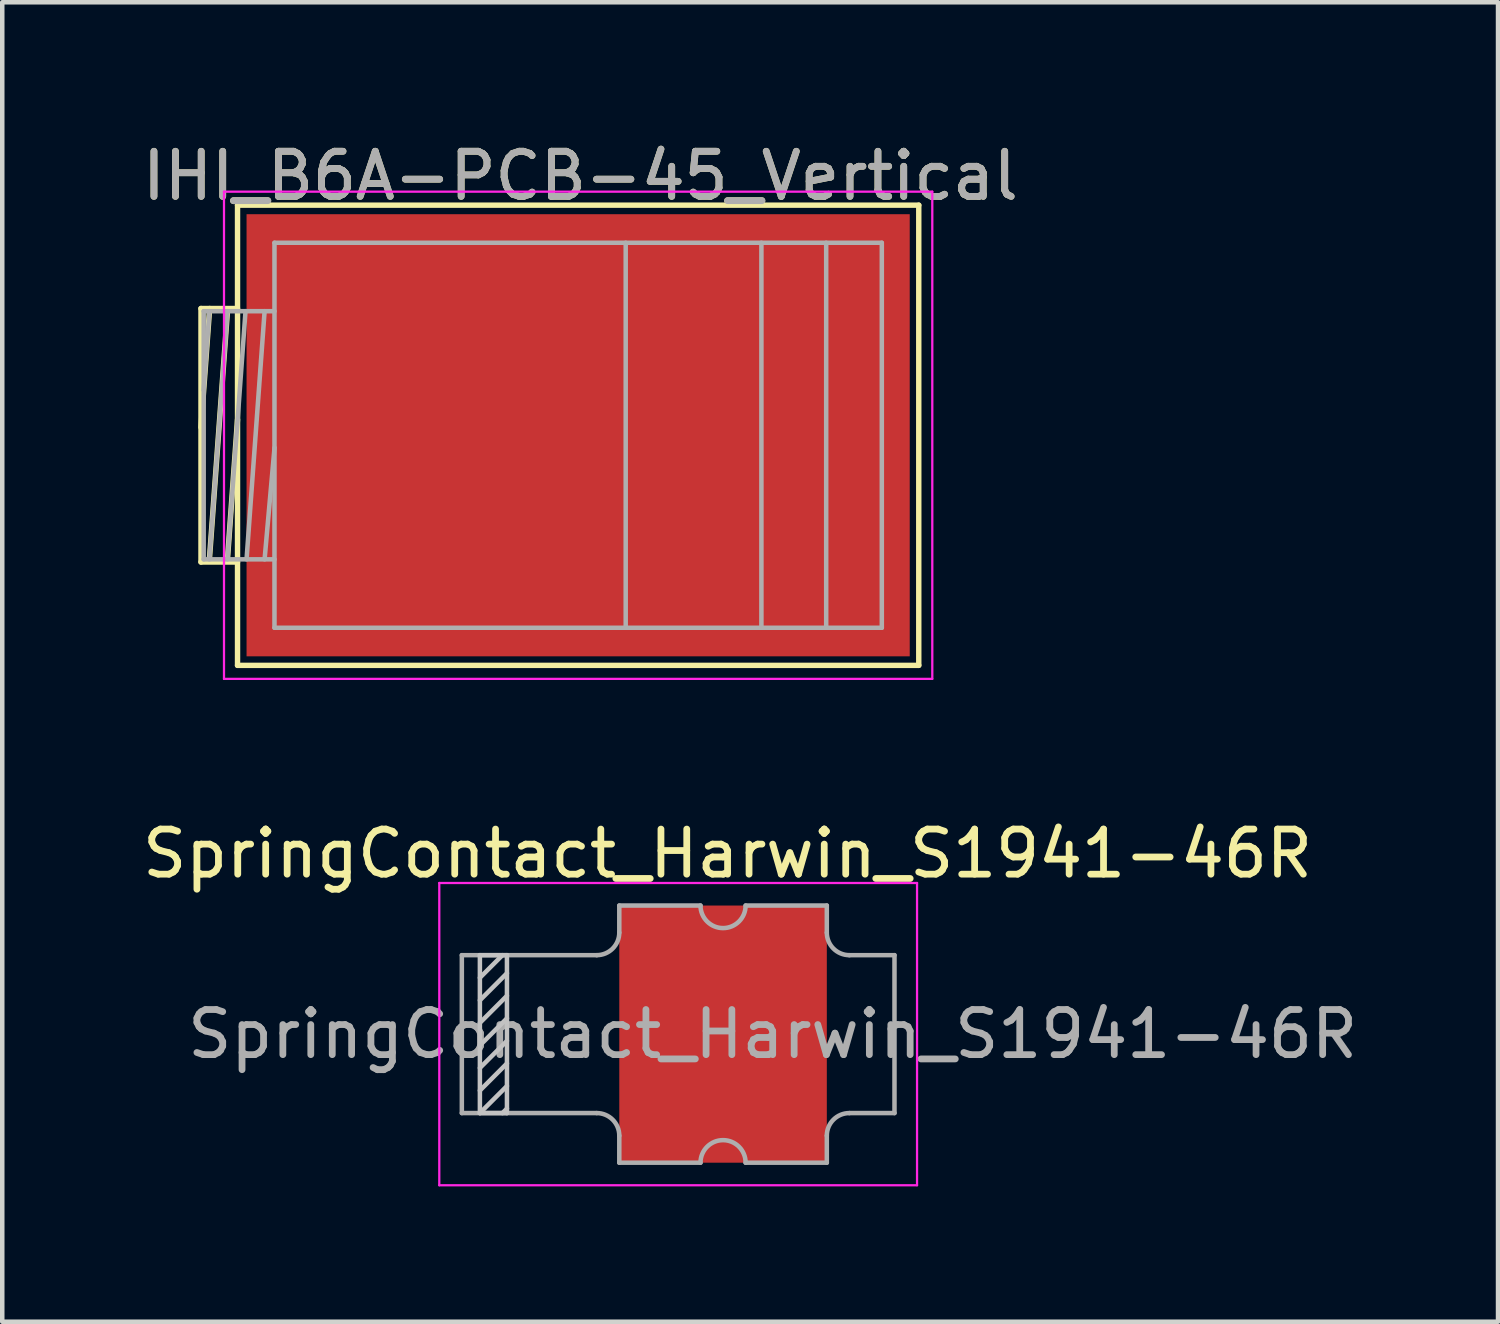
<source format=kicad_pcb>
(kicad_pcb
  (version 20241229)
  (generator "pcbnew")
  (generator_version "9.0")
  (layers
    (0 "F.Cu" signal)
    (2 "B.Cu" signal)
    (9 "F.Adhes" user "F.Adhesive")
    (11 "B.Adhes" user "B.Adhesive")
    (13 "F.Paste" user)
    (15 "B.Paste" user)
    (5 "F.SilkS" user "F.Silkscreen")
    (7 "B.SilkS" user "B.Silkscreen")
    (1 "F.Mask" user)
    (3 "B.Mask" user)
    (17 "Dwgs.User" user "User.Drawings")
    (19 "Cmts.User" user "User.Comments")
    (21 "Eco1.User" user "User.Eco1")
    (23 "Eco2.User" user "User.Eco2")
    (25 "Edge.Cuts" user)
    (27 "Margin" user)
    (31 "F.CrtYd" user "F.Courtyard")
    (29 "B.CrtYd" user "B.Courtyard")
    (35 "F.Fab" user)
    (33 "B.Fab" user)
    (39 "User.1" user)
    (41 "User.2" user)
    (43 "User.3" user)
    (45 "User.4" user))
  (footprint "IHI_B6A-PCB-45_Vertical"
    (layer "F.Cu")
    (at 9.765 6.598)
    (property "Reference" "IHI_B6A-PCB-45_Vertical" (at 0.05 -5.75 0) (layer "F.SilkS") (effects (font (size 1 1) (thickness 0.15))))
    (attr smd)
    (fp_line (start -8.36 -2.81) (end -7.55 -2.81) (stroke (width 0.12) (type solid)) (layer "F.SilkS"))
    (fp_line (start -8.36 -0.175) (end -8.168 -2.81) (stroke (width 0.12) (type solid)) (layer "F.SilkS"))
    (fp_line (start -8.36 2.81) (end -8.36 -2.81) (stroke (width 0.12) (type solid)) (layer "F.SilkS"))
    (fp_line (start -7.773 -2.75) (end -8.173 2.75) (stroke (width 0.12) (type solid)) (layer "F.SilkS"))
    (fp_line (start -7.773 2.75) (end -7.55 -0.35) (stroke (width 0.12) (type solid)) (layer "F.SilkS"))
    (fp_line (start -7.55 -5.1) (end 7.55 -5.1) (stroke (width 0.12) (type solid)) (layer "F.SilkS"))
    (fp_line (start -7.55 2.81) (end -8.36 2.81) (stroke (width 0.12) (type solid)) (layer "F.SilkS"))
    (fp_line (start -7.55 5.1) (end -7.55 -5.1) (stroke (width 0.12) (type solid)) (layer "F.SilkS"))
    (fp_line (start 7.55 -5.1) (end 7.55 5.1) (stroke (width 0.12) (type solid)) (layer "F.SilkS"))
    (fp_line (start 7.55 5.1) (end -7.55 5.1) (stroke (width 0.12) (type solid)) (layer "F.SilkS"))
    (fp_line (start -7.85 -5.4) (end 7.85 -5.4) (stroke (width 0.05) (type solid)) (layer "F.CrtYd"))
    (fp_line (start -7.85 5.4) (end -7.85 -5.4) (stroke (width 0.05) (type solid)) (layer "F.CrtYd"))
    (fp_line (start 7.85 -5.4) (end 7.85 5.4) (stroke (width 0.05) (type solid)) (layer "F.CrtYd"))
    (fp_line (start 7.85 5.4) (end -7.85 5.4) (stroke (width 0.05) (type solid)) (layer "F.CrtYd"))
    (fp_line (start -8.3 -2.75) (end -6.731 -2.75) (stroke (width 0.1) (type solid)) (layer "F.Fab"))
    (fp_line (start -8.3 -1) (end -8.173 -2.75) (stroke (width 0.1) (type solid)) (layer "F.Fab"))
    (fp_line (start -8.3 2.75) (end -8.3 -2.75) (stroke (width 0.1) (type solid)) (layer "F.Fab"))
    (fp_line (start -7.773 -2.75) (end -8.173 2.75) (stroke (width 0.1) (type solid)) (layer "F.Fab"))
    (fp_line (start -7.773 2.75) (end -7.373 -2.75) (stroke (width 0.1) (type solid)) (layer "F.Fab"))
    (fp_line (start -7.35 2.75) (end -6.95 -2.75) (stroke (width 0.1) (type solid)) (layer "F.Fab"))
    (fp_line (start -6.95 2.75) (end -6.73 0.275) (stroke (width 0.1) (type solid)) (layer "F.Fab"))
    (fp_line (start -6.731 2.75) (end -8.3 2.75) (stroke (width 0.1) (type solid)) (layer "F.Fab"))
    (fp_line (start -6.731 4.267) (end -6.731 -4.267) (stroke (width 0.1) (type solid)) (layer "F.Fab"))
    (fp_line (start -6.731 4.267) (end 6.731 4.267) (stroke (width 0.1) (type solid)) (layer "F.Fab"))
    (fp_line (start 1.054 -4.267) (end 1.054 4.267) (stroke (width 0.1) (type solid)) (layer "F.Fab"))
    (fp_line (start 4.062 -4.267) (end 4.062 4.267) (stroke (width 0.1) (type solid)) (layer "F.Fab"))
    (fp_line (start 5.498 -4.267) (end 5.498 4.267) (stroke (width 0.1) (type solid)) (layer "F.Fab"))
    (fp_line (start 6.731 -4.267) (end -6.731 -4.267) (stroke (width 0.1) (type solid)) (layer "F.Fab"))
    (fp_line (start 6.731 -4.267) (end 6.731 4.267) (stroke (width 0.1) (type solid)) (layer "F.Fab"))
    (fp_text user "${REFERENCE}" (at 0.05 -5.75 0) (layer "F.Fab") (effects (font (size 1 1) (thickness 0.15))))
    (pad "" smd rect (at -6.05 -3.85 180) (size 1.3 0.8) (layers "F.Paste"))
    (pad "" smd rect (at -6.05 -2.75 180) (size 1.3 0.8) (layers "F.Paste"))
    (pad "" smd rect (at -6.05 -1.65 180) (size 1.3 0.8) (layers "F.Paste"))
    (pad "" smd rect (at -6.05 -0.55 180) (size 1.3 0.8) (layers "F.Paste"))
    (pad "" smd rect (at -6.05 0.55 180) (size 1.3 0.8) (layers "F.Paste"))
    (pad "" smd rect (at -6.05 1.65 180) (size 1.3 0.8) (layers "F.Paste"))
    (pad "" smd rect (at -6.05 2.75 180) (size 1.3 0.8) (layers "F.Paste"))
    (pad "" smd rect (at -6.05 3.85 180) (size 1.3 0.8) (layers "F.Paste"))
    (pad "" smd rect (at -4.45 -3.85 180) (size 1.3 0.8) (layers "F.Paste"))
    (pad "" smd rect (at -4.45 -2.75 180) (size 1.3 0.8) (layers "F.Paste"))
    (pad "" smd rect (at -4.45 -1.65 180) (size 1.3 0.8) (layers "F.Paste"))
    (pad "" smd rect (at -4.45 -0.55 180) (size 1.3 0.8) (layers "F.Paste"))
    (pad "" smd rect (at -4.45 0.55 180) (size 1.3 0.8) (layers "F.Paste"))
    (pad "" smd rect (at -4.45 1.65 180) (size 1.3 0.8) (layers "F.Paste"))
    (pad "" smd rect (at -4.45 2.75 180) (size 1.3 0.8) (layers "F.Paste"))
    (pad "" smd rect (at -4.45 3.85 180) (size 1.3 0.8) (layers "F.Paste"))
    (pad "" smd rect (at -2.85 -3.85 180) (size 1.3 0.8) (layers "F.Paste"))
    (pad "" smd rect (at -2.85 -2.75 180) (size 1.3 0.8) (layers "F.Paste"))
    (pad "" smd rect (at -2.85 -1.65 180) (size 1.3 0.8) (layers "F.Paste"))
    (pad "" smd rect (at -2.85 -0.55 180) (size 1.3 0.8) (layers "F.Paste"))
    (pad "" smd rect (at -2.85 0.55 180) (size 1.3 0.8) (layers "F.Paste"))
    (pad "" smd rect (at -2.85 1.65 180) (size 1.3 0.8) (layers "F.Paste"))
    (pad "" smd rect (at -2.85 2.75 180) (size 1.3 0.8) (layers "F.Paste"))
    (pad "" smd rect (at -2.85 3.85 180) (size 1.3 0.8) (layers "F.Paste"))
    (pad "" smd rect (at -1.25 -3.85 180) (size 1.3 0.8) (layers "F.Paste"))
    (pad "" smd rect (at -1.25 -2.75 180) (size 1.3 0.8) (layers "F.Paste"))
    (pad "" smd rect (at -1.25 -1.65 180) (size 1.3 0.8) (layers "F.Paste"))
    (pad "" smd rect (at -1.25 -0.55 180) (size 1.3 0.8) (layers "F.Paste"))
    (pad "" smd rect (at -1.25 0.55 180) (size 1.3 0.8) (layers "F.Paste"))
    (pad "" smd rect (at -1.25 1.65 180) (size 1.3 0.8) (layers "F.Paste"))
    (pad "" smd rect (at -1.25 2.75 180) (size 1.3 0.8) (layers "F.Paste"))
    (pad "" smd rect (at -1.25 3.85 180) (size 1.3 0.8) (layers "F.Paste"))
    (pad "" smd rect (at 0.35 -3.85 180) (size 1.3 0.8) (layers "F.Paste"))
    (pad "" smd rect (at 0.35 -2.75 180) (size 1.3 0.8) (layers "F.Paste"))
    (pad "" smd rect (at 0.35 -1.65 180) (size 1.3 0.8) (layers "F.Paste"))
    (pad "" smd rect (at 0.35 -0.55 180) (size 1.3 0.8) (layers "F.Paste"))
    (pad "" smd rect (at 0.35 0.55 180) (size 1.3 0.8) (layers "F.Paste"))
    (pad "" smd rect (at 0.35 1.65 180) (size 1.3 0.8) (layers "F.Paste"))
    (pad "" smd rect (at 0.35 2.75 180) (size 1.3 0.8) (layers "F.Paste"))
    (pad "" smd rect (at 0.35 3.85 180) (size 1.3 0.8) (layers "F.Paste"))
    (pad "" smd rect (at 4.78 -3.85 180) (size 1.3 0.8) (layers "F.Paste"))
    (pad "" smd rect (at 4.78 -2.75 180) (size 1.3 0.8) (layers "F.Paste"))
    (pad "" smd rect (at 4.78 -1.65 180) (size 1.3 0.8) (layers "F.Paste"))
    (pad "" smd rect (at 4.78 -0.55 180) (size 1.3 0.8) (layers "F.Paste"))
    (pad "" smd rect (at 4.78 0.55 180) (size 1.3 0.8) (layers "F.Paste"))
    (pad "" smd rect (at 4.78 1.65 180) (size 1.3 0.8) (layers "F.Paste"))
    (pad "" smd rect (at 4.78 2.75 180) (size 1.3 0.8) (layers "F.Paste"))
    (pad "" smd rect (at 4.78 3.85 180) (size 1.3 0.8) (layers "F.Paste"))
    (pad "1" smd rect (at 0 0 180) (size 14.7 9.8) (layers "F.Cu" "F.Mask")))
  (footprint "SpringContact_Harwin_S1941-46R"
    (layer "F.Cu")
    (at 14.077 19.872)
    (property "Reference" "SpringContact_Harwin_S1941-46R" (at -1 -4 0) (layer "F.SilkS") (effects (font (size 1 1) (thickness 0.15))))
    (attr smd)
    (fp_line (start -6.49 -1.75) (end -6.49 1.75) (stroke (width 0.1) (type solid)) (layer "Dwgs.User"))
    (fp_line (start -6.49 -0.75) (end -5.89 -1.35) (stroke (width 0.1) (type solid)) (layer "Dwgs.User"))
    (fp_line (start -6.49 0.25) (end -5.89 -0.35) (stroke (width 0.1) (type solid)) (layer "Dwgs.User"))
    (fp_line (start -6.49 1.25) (end -5.89 0.65) (stroke (width 0.1) (type solid)) (layer "Dwgs.User"))
    (fp_line (start -6.49 1.75) (end -5.89 1.75) (stroke (width 0.1) (type solid)) (layer "Dwgs.User"))
    (fp_line (start -5.99 -1.75) (end -6.49 -1.25) (stroke (width 0.1) (type solid)) (layer "Dwgs.User"))
    (fp_line (start -5.89 -1.75) (end -6.49 -1.75) (stroke (width 0.1) (type solid)) (layer "Dwgs.User"))
    (fp_line (start -5.89 -0.85) (end -6.49 -0.25) (stroke (width 0.1) (type solid)) (layer "Dwgs.User"))
    (fp_line (start -5.89 0.15) (end -6.49 0.75) (stroke (width 0.1) (type solid)) (layer "Dwgs.User"))
    (fp_line (start -5.89 1.15) (end -6.49 1.75) (stroke (width 0.1) (type solid)) (layer "Dwgs.User"))
    (fp_line (start -5.89 1.65) (end -5.99 1.75) (stroke (width 0.1) (type solid)) (layer "Dwgs.User"))
    (fp_line (start -5.89 1.75) (end -5.89 -1.75) (stroke (width 0.1) (type solid)) (layer "Dwgs.User"))
    (fp_line (start -7.39 -3.35) (end 3.2 -3.35) (stroke (width 0.05) (type solid)) (layer "F.CrtYd"))
    (fp_line (start -7.39 3.35) (end -7.39 -3.35) (stroke (width 0.05) (type solid)) (layer "F.CrtYd"))
    (fp_line (start 3.2 -3.35) (end 3.2 3.35) (stroke (width 0.05) (type solid)) (layer "F.CrtYd"))
    (fp_line (start 3.2 3.35) (end -7.39 3.35) (stroke (width 0.05) (type solid)) (layer "F.CrtYd"))
    (fp_line (start -6.89 -1.75) (end -3.9 -1.75) (stroke (width 0.1) (type solid)) (layer "F.Fab"))
    (fp_line (start -6.89 1.75) (end -6.89 -1.75) (stroke (width 0.1) (type solid)) (layer "F.Fab"))
    (fp_line (start -6.89 1.75) (end -3.9 1.75) (stroke (width 0.1) (type solid)) (layer "F.Fab"))
    (fp_line (start -3.4 -2.25) (end -3.4 -2.85) (stroke (width 0.1) (type solid)) (layer "F.Fab"))
    (fp_line (start -3.4 2.25) (end -3.4 2.85) (stroke (width 0.1) (type solid)) (layer "F.Fab"))
    (fp_line (start -1.6 -2.85) (end -3.4 -2.85) (stroke (width 0.1) (type solid)) (layer "F.Fab"))
    (fp_line (start -1.6 2.85) (end -3.4 2.85) (stroke (width 0.1) (type solid)) (layer "F.Fab"))
    (fp_line (start -0.6 -2.85) (end 1.2 -2.85) (stroke (width 0.1) (type solid)) (layer "F.Fab"))
    (fp_line (start -0.6 2.85) (end 1.2 2.85) (stroke (width 0.1) (type solid)) (layer "F.Fab"))
    (fp_line (start 1.2 -2.25) (end 1.2 -2.85) (stroke (width 0.1) (type solid)) (layer "F.Fab"))
    (fp_line (start 1.2 2.25) (end 1.2 2.85) (stroke (width 0.1) (type solid)) (layer "F.Fab"))
    (fp_line (start 1.7 -1.75) (end 2.7 -1.75) (stroke (width 0.1) (type solid)) (layer "F.Fab"))
    (fp_line (start 1.7 1.75) (end 2.7 1.75) (stroke (width 0.1) (type solid)) (layer "F.Fab"))
    (fp_line (start 2.7 -1.75) (end 2.7 1.75) (stroke (width 0.1) (type solid)) (layer "F.Fab"))
    (fp_arc (start -3.9 1.75) (mid -3.546447 1.896447) (end -3.4 2.25) (stroke (width 0.1) (type solid)) (layer "F.Fab"))
    (fp_arc (start -3.4 -2.25) (mid -3.546447 -1.896447) (end -3.9 -1.75) (stroke (width 0.1) (type solid)) (layer "F.Fab"))
    (fp_arc (start -1.6 2.85) (mid -1.1 2.35) (end -0.6 2.85) (stroke (width 0.1) (type solid)) (layer "F.Fab"))
    (fp_arc (start -0.6 -2.85) (mid -1.1 -2.35) (end -1.6 -2.85) (stroke (width 0.1) (type solid)) (layer "F.Fab"))
    (fp_arc (start 1.2 2.25) (mid 1.346447 1.896447) (end 1.7 1.75) (stroke (width 0.1) (type solid)) (layer "F.Fab"))
    (fp_arc (start 1.7 -1.75) (mid 1.346447 -1.896447) (end 1.2 -2.25) (stroke (width 0.1) (type solid)) (layer "F.Fab"))
    (fp_text user "${REFERENCE}" (at 0 0 0) (layer "F.Fab") (effects (font (size 1 1) (thickness 0.15))))
    (pad "1" smd rect (at -1.1 0) (size 4.6 5.7) (layers "F.Cu" "F.Mask" "F.Paste")))
  (gr_rect
    (start -3 -3)
    (end 30.155 26.247)
    (stroke (width 0.1) (type default))
    (fill no)
    (layer "Edge.Cuts")))
</source>
